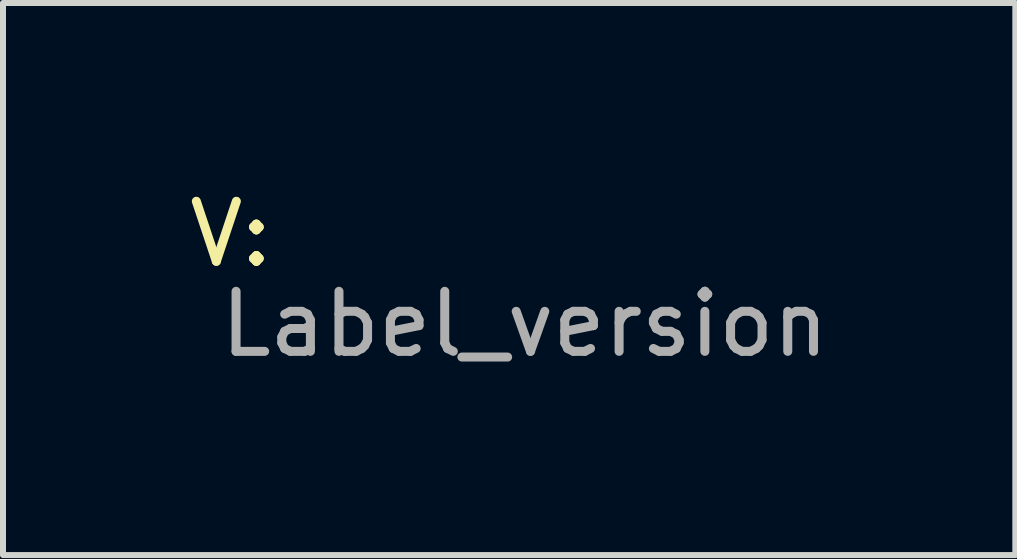
<source format=kicad_pcb>
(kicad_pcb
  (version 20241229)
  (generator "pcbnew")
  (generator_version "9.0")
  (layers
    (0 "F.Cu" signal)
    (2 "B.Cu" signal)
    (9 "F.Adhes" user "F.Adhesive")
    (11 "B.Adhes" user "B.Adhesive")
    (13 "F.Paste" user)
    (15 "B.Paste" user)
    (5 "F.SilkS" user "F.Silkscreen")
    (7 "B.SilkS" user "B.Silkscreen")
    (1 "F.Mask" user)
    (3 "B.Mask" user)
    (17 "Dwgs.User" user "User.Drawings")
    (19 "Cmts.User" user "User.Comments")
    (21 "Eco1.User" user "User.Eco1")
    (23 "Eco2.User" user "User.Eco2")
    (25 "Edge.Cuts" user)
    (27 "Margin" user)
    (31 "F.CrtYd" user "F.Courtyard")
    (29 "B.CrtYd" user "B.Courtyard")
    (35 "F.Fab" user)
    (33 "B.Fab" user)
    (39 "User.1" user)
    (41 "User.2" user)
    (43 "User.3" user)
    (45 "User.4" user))
  (footprint "Label_version"
    (layer "F.Cu")
    (at 5.692 0.948)
    (property "Reference" "Label_version" (at 0 1.4 0) (layer "F.Fab") (effects (font (size 1 1) (thickness 0.15))))
    (attr through_hole)
    (fp_text user "V:" (at -4.9 -0.1 0) (layer "F.SilkS") (effects (font (size 1 1) (thickness 0.15)))))
  (gr_rect
    (start -3 -3)
    (end 13.864 6.197)
    (stroke (width 0.1) (type default))
    (fill no)
    (layer "Edge.Cuts")))
</source>
